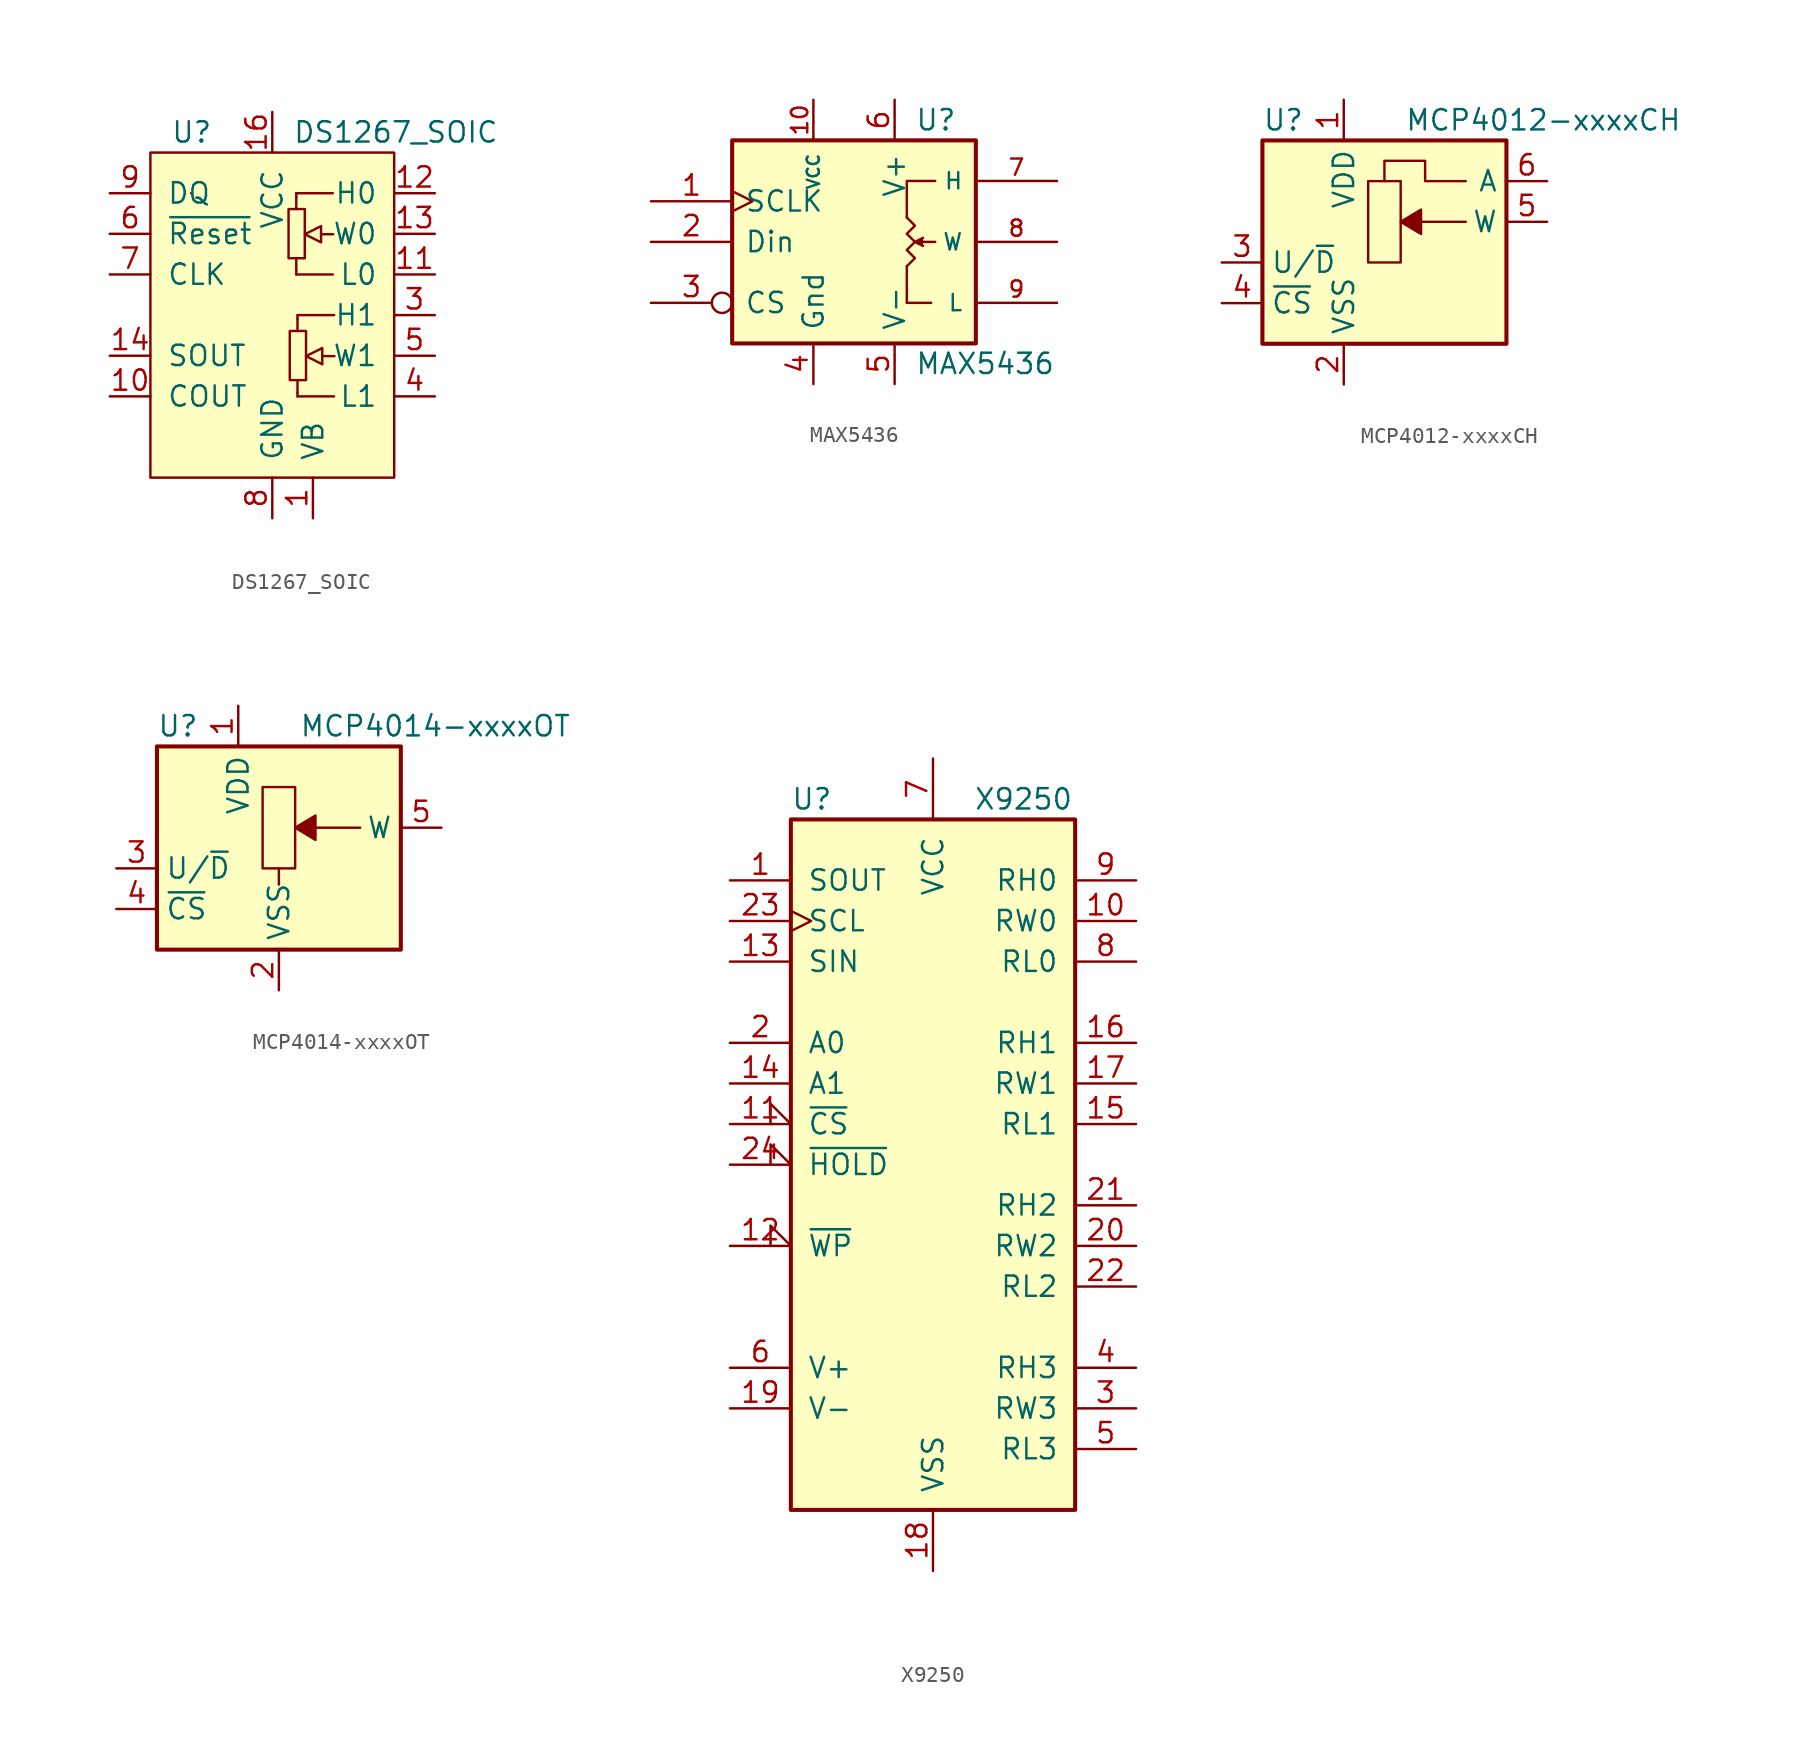
<source format=kicad_sym>
(kicad_symbol_lib
  (version 20201005)
  (generator kicad_symbol_editor)
  (symbol "Potentiometer_Digital:DS1267_SOIC"
    (pin_names
      (offset 1.016))
    (property "Reference" "U"
      (at -6.35 11.43 0)
      (effects (font (size 1.27 1.27)) (justify left)))
    (property "Value" "DS1267_SOIC"
      (at 1.27 11.43 0)
      (effects (font (size 1.27 1.27)) (justify left)))
    (symbol "DS1267_SOIC_0_1"
      (rectangle (start -7.62 10.16) (end 7.62 -10.16) (stroke (width 0)) (fill (type background)))
      (rectangle (start -5.08 7.62) (end -5.08 7.62) (stroke (width 0)) (fill (type none)))
      (rectangle (start 2.032 6.629) (end 1.016 3.556) (stroke (width 0)) (fill (type none)))
      (rectangle (start 2.108 -0.991) (end 1.092 -4.064) (stroke (width 0)) (fill (type none)))
      (polyline (pts (xy 1.499 2.769) (xy 1.499 3.556)) (stroke (width 0)) (fill (type none)))
      (polyline (pts (xy 1.499 6.629) (xy 1.499 7.391)) (stroke (width 0)) (fill (type none)))
      (polyline (pts (xy 1.575 -4.851) (xy 1.575 -4.064)) (stroke (width 0)) (fill (type none)))
      (polyline (pts (xy 1.575 -0.991) (xy 1.575 -0.229)) (stroke (width 0)) (fill (type none)))
      (polyline (pts (xy 3.048 5.055) (xy 3.81 5.055)) (stroke (width 0)) (fill (type none)))
      (polyline (pts (xy 3.124 -2.565) (xy 3.886 -2.565)) (stroke (width 0)) (fill (type none)))
      (polyline (pts (xy 1.499 2.54) (xy 1.499 2.794) (xy 1.499 2.794)) (stroke (width 0)) (fill (type background)))
      (polyline (pts (xy 1.499 2.54) (xy 3.785 2.54) (xy 3.785 2.54)) (stroke (width 0)) (fill (type background)))
      (polyline (pts (xy 1.499 7.62) (xy 1.499 7.366) (xy 1.499 7.366)) (stroke (width 0)) (fill (type none)))
      (polyline (pts (xy 1.499 7.62) (xy 3.785 7.62) (xy 3.785 7.62)) (stroke (width 0)) (fill (type background)))
      (polyline (pts (xy 1.575 -5.08) (xy 1.575 -4.826) (xy 1.575 -4.826)) (stroke (width 0)) (fill (type background)))
      (polyline (pts (xy 1.575 -5.08) (xy 3.861 -5.08) (xy 3.861 -5.08)) (stroke (width 0)) (fill (type background)))
      (polyline (pts (xy 1.575 0) (xy 1.575 -0.254) (xy 1.575 -0.254)) (stroke (width 0)) (fill (type none)))
      (polyline (pts (xy 1.575 0) (xy 3.861 0) (xy 3.861 0)) (stroke (width 0)) (fill (type background)))
      (polyline (pts (xy 3.048 5.563) (xy 3.048 4.547) (xy 2.032 5.055) (xy 3.048 5.563) (xy 3.048 5.563)) (stroke (width 0)) (fill (type background)))
      (polyline (pts (xy 3.124 -2.057) (xy 3.124 -3.073) (xy 2.108 -2.565) (xy 3.124 -2.057) (xy 3.124 -2.057)) (stroke (width 0)) (fill (type background))))
    (symbol "DS1267_SOIC_1_1"
      (pin power_in line (at 2.54 -12.7 90) (length 2.54) (name "VB" (effects (font (size 1.27 1.27)))) (number "1" (effects (font (size 1.27 1.27)))))
      (pin output line (at -10.16 -5.08 0) (length 2.54) (name "COUT" (effects (font (size 1.27 1.27)))) (number "10" (effects (font (size 1.27 1.27)))))
      (pin passive line (at 10.16 2.54 180) (length 2.54) (name "L0" (effects (font (size 1.27 1.27)))) (number "11" (effects (font (size 1.27 1.27)))))
      (pin passive line (at 10.16 7.62 180) (length 2.54) (name "H0" (effects (font (size 1.27 1.27)))) (number "12" (effects (font (size 1.27 1.27)))))
      (pin passive line (at 10.16 5.08 180) (length 2.54) (name "W0" (effects (font (size 1.27 1.27)))) (number "13" (effects (font (size 1.27 1.27)))))
      (pin output line (at -10.16 -2.54 0) (length 2.54) (name "SOUT" (effects (font (size 1.27 1.27)))) (number "14" (effects (font (size 1.27 1.27)))))
      (pin power_in line (at 0 12.7 270) (length 2.54) (name "VCC" (effects (font (size 1.27 1.27)))) (number "16" (effects (font (size 1.27 1.27)))))
      (pin passive line (at 10.16 0 180) (length 2.54) (name "H1" (effects (font (size 1.27 1.27)))) (number "3" (effects (font (size 1.27 1.27)))))
      (pin passive line (at 10.16 -5.08 180) (length 2.54) (name "L1" (effects (font (size 1.27 1.27)))) (number "4" (effects (font (size 1.27 1.27)))))
      (pin passive line (at 10.16 -2.54 180) (length 2.54) (name "W1" (effects (font (size 1.27 1.27)))) (number "5" (effects (font (size 1.27 1.27)))))
      (pin input line (at -10.16 5.08 0) (length 2.54) (name "~Reset" (effects (font (size 1.27 1.27)))) (number "6" (effects (font (size 1.27 1.27)))))
      (pin input line (at -10.16 2.54 0) (length 2.54) (name "CLK" (effects (font (size 1.27 1.27)))) (number "7" (effects (font (size 1.27 1.27)))))
      (pin power_in line (at 0 -12.7 90) (length 2.54) (name "GND" (effects (font (size 1.27 1.27)))) (number "8" (effects (font (size 1.27 1.27)))))
      (pin input line (at -10.16 7.62 0) (length 2.54) (name "DQ" (effects (font (size 1.27 1.27)))) (number "9" (effects (font (size 1.27 1.27)))))))
  (symbol "Potentiometer_Digital:MAX5436"
    (pin_names
      (offset 0.762))
    (property "Reference" "U"
      (at 3.81 7.62 0)
      (effects (font (size 1.27 1.27)) (justify left)))
    (property "Value" "MAX5436"
      (at 3.81 -7.62 0)
      (effects (font (size 1.27 1.27)) (justify left)))
    (symbol "MAX5436_0_1"
      (rectangle (start -7.62 6.35) (end 7.62 -6.35) (stroke (width 0.254)) (fill (type background)))
      (polyline (pts (xy 3.302 -1.524) (xy 3.302 -3.81)) (stroke (width 0)) (fill (type none)))
      (polyline (pts (xy 4.826 -3.81) (xy 3.302 -3.81)) (stroke (width 0)) (fill (type none)))
      (polyline (pts (xy 5.08 0) (xy 4.318 0)) (stroke (width 0)) (fill (type none)))
      (polyline (pts (xy 3.302 1.524) (xy 3.302 3.81) (xy 5.08 3.81)) (stroke (width 0)) (fill (type none)))
      (polyline (pts (xy 4.318 -0.254) (xy 3.81 0) (xy 4.318 0.254)) (stroke (width 0)) (fill (type outline)))
      (polyline (pts (xy 3.81 0) (xy 3.302 0.508) (xy 3.81 1.016) (xy 3.302 1.524)) (stroke (width 0)) (fill (type none)))
      (polyline (pts (xy 3.81 0) (xy 3.302 -0.508) (xy 3.81 -1.016) (xy 3.302 -1.524) (xy 3.302 -1.524)) (stroke (width 0)) (fill (type none))))
    (symbol "MAX5436_1_1"
      (pin input clock (at -12.7 2.54 0) (length 5.08) (name "SCLK" (effects (font (size 1.27 1.27)))) (number "1" (effects (font (size 1.27 1.27)))))
      (pin power_in line (at -2.54 8.89 270) (length 2.54) (name "VCC" (effects (font (size 0.762 0.762)))) (number "10" (effects (font (size 1.016 1.016)))))
      (pin input line (at -12.7 0 0) (length 5.08) (name "Din" (effects (font (size 1.27 1.27)))) (number "2" (effects (font (size 1.27 1.27)))))
      (pin input inverted (at -12.7 -3.81 0) (length 5.08) (name "CS" (effects (font (size 1.27 1.27)))) (number "3" (effects (font (size 1.27 1.27)))))
      (pin power_in line (at -2.54 -8.89 90) (length 2.54) (name "Gnd" (effects (font (size 1.27 1.27)))) (number "4" (effects (font (size 1.27 1.27)))))
      (pin power_in line (at 2.54 -8.89 90) (length 2.54) (name "V-" (effects (font (size 1.27 1.27)))) (number "5" (effects (font (size 1.27 1.27)))))
      (pin power_in line (at 2.54 8.89 270) (length 2.54) (name "V+" (effects (font (size 1.27 1.27)))) (number "6" (effects (font (size 1.27 1.27)))))
      (pin passive line (at 12.7 3.81 180) (length 5.08) (name "H" (effects (font (size 1.016 1.016)))) (number "7" (effects (font (size 1.016 1.016)))))
      (pin passive line (at 12.7 0 180) (length 5.08) (name "W" (effects (font (size 1.016 1.016)))) (number "8" (effects (font (size 1.016 1.016)))))
      (pin passive line (at 12.7 -3.81 180) (length 5.08) (name "L" (effects (font (size 1.016 1.016)))) (number "9" (effects (font (size 1.016 1.016)))))))
  (symbol "Potentiometer_Digital:MCP4012-xxxxCH"
    (property "Reference" "U"
      (at -7.62 8.89 0)
      (effects (font (size 1.27 1.27)) (justify left)))
    (property "Value" "MCP4012-xxxxCH"
      (at 1.27 8.89 0)
      (effects (font (size 1.27 1.27)) (justify left)))
    (symbol "MCP4012-xxxxCH_0_1"
      (rectangle (start 1.016 0) (end -1.016 5.08) (stroke (width 0)) (fill (type none)))
      (polyline (pts (xy 5.08 2.54) (xy 3.81 2.54) (xy 1.27 2.54)) (stroke (width 0)) (fill (type none)))
      (polyline (pts (xy 2.286 1.778) (xy 2.286 3.302) (xy 1.016 2.54) (xy 2.286 1.778)) (stroke (width 0)) (fill (type outline)))
      (polyline (pts (xy 5.08 5.08) (xy 2.54 5.08) (xy 2.54 6.35) (xy 0 6.35) (xy 0 5.08)) (stroke (width 0)) (fill (type none))))
    (symbol "MCP4012-xxxxCH_1_1"
      (rectangle (start -7.62 7.62) (end 7.62 -5.08) (stroke (width 0.254)) (fill (type background)))
      (pin power_in line (at -2.54 10.16 270) (length 2.54) (name "VDD" (effects (font (size 1.27 1.27)))) (number "1" (effects (font (size 1.27 1.27)))))
      (pin power_in line (at -2.54 -7.62 90) (length 2.54) (name "VSS" (effects (font (size 1.27 1.27)))) (number "2" (effects (font (size 1.27 1.27)))))
      (pin input line (at -10.16 0 0) (length 2.54) (name "U/~D" (effects (font (size 1.27 1.27)))) (number "3" (effects (font (size 1.27 1.27)))))
      (pin input line (at -10.16 -2.54 0) (length 2.54) (name "~CS" (effects (font (size 1.27 1.27)))) (number "4" (effects (font (size 1.27 1.27)))))
      (pin passive line (at 10.16 2.54 180) (length 2.54) (name "W" (effects (font (size 1.27 1.27)))) (number "5" (effects (font (size 1.27 1.27)))))
      (pin passive line (at 10.16 5.08 180) (length 2.54) (name "A" (effects (font (size 1.27 1.27)))) (number "6" (effects (font (size 1.27 1.27)))))))
  (symbol "Potentiometer_Digital:MCP4014-xxxxOT"
    (property "Reference" "U"
      (at -7.62 8.89 0)
      (effects (font (size 1.27 1.27)) (justify left)))
    (property "Value" "MCP4014-xxxxOT"
      (at 1.27 8.89 0)
      (effects (font (size 1.27 1.27)) (justify left)))
    (symbol "MCP4014-xxxxOT_1_1"
      (rectangle (start -7.62 7.62) (end 7.62 -5.08) (stroke (width 0.254)) (fill (type background)))
      (rectangle (start 1.016 0) (end -1.016 5.08) (stroke (width 0)) (fill (type none)))
      (polyline (pts (xy 0 0) (xy 0 -1.016)) (stroke (width 0)) (fill (type none)))
      (polyline (pts (xy 5.08 2.54) (xy 2.286 2.54)) (stroke (width 0)) (fill (type none)))
      (polyline (pts (xy 2.286 1.778) (xy 2.286 3.302) (xy 1.016 2.54) (xy 2.286 1.778)) (stroke (width 0)) (fill (type outline)))
      (pin power_in line (at -2.54 10.16 270) (length 2.54) (name "VDD" (effects (font (size 1.27 1.27)))) (number "1" (effects (font (size 1.27 1.27)))))
      (pin power_in line (at 0 -7.62 90) (length 2.54) (name "VSS" (effects (font (size 1.27 1.27)))) (number "2" (effects (font (size 1.27 1.27)))))
      (pin input line (at -10.16 0 0) (length 2.54) (name "U/~D" (effects (font (size 1.27 1.27)))) (number "3" (effects (font (size 1.27 1.27)))))
      (pin input line (at -10.16 -2.54 0) (length 2.54) (name "~CS" (effects (font (size 1.27 1.27)))) (number "4" (effects (font (size 1.27 1.27)))))
      (pin passive line (at 10.16 2.54 180) (length 2.54) (name "W" (effects (font (size 1.27 1.27)))) (number "5" (effects (font (size 1.27 1.27)))))))
  (symbol "Potentiometer_Digital:X9250"
    (pin_names
      (offset 1.016))
    (property "Reference" "U"
      (at -8.89 22.86 0)
      (effects (font (size 1.27 1.27)) (justify left)))
    (property "Value" "X9250"
      (at 2.54 22.86 0)
      (effects (font (size 1.27 1.27)) (justify left)))
    (symbol "X9250_0_0"
      (pin input input_low (at -12.7 2.54 0) (length 3.81) (name "~CS" (effects (font (size 1.27 1.27)))) (number "11" (effects (font (size 1.27 1.27)))))
      (pin input line (at -12.7 12.7 0) (length 3.81) (name "SIN" (effects (font (size 1.27 1.27)))) (number "13" (effects (font (size 1.27 1.27)))))
      (pin input line (at -12.7 5.08 0) (length 3.81) (name "A1" (effects (font (size 1.27 1.27)))) (number "14" (effects (font (size 1.27 1.27)))))
      (pin power_in line (at 0 -25.4 90) (length 3.81) (name "VSS" (effects (font (size 1.27 1.27)))) (number "18" (effects (font (size 1.27 1.27)))))
      (pin passive line (at -12.7 -15.24 0) (length 3.81) (name "V-" (effects (font (size 1.27 1.27)))) (number "19" (effects (font (size 1.27 1.27)))))
      (pin input line (at -12.7 7.62 0) (length 3.81) (name "A0" (effects (font (size 1.27 1.27)))) (number "2" (effects (font (size 1.27 1.27)))))
      (pin input clock (at -12.7 15.24 0) (length 3.81) (name "SCL" (effects (font (size 1.27 1.27)))) (number "23" (effects (font (size 1.27 1.27)))))
      (pin input input_low (at -12.7 0 0) (length 3.81) (name "~HOLD" (effects (font (size 1.27 1.27)))) (number "24" (effects (font (size 1.27 1.27)))))
      (pin passive line (at -12.7 -12.7 0) (length 3.81) (name "V+" (effects (font (size 1.27 1.27)))) (number "6" (effects (font (size 1.27 1.27)))))
      (pin power_in line (at 0 25.4 270) (length 3.81) (name "VCC" (effects (font (size 1.27 1.27)))) (number "7" (effects (font (size 1.27 1.27))))))
    (symbol "X9250_0_1"
      (rectangle (start -8.89 21.59) (end 8.89 -21.59) (stroke (width 0.254)) (fill (type background))))
    (symbol "X9250_1_1"
      (pin output line (at -12.7 17.78 0) (length 3.81) (name "SOUT" (effects (font (size 1.27 1.27)))) (number "1" (effects (font (size 1.27 1.27)))))
      (pin passive line (at 12.7 15.24 180) (length 3.81) (name "RW0" (effects (font (size 1.27 1.27)))) (number "10" (effects (font (size 1.27 1.27)))))
      (pin input input_low (at -12.7 -5.08 0) (length 3.81) (name "~WP" (effects (font (size 1.27 1.27)))) (number "12" (effects (font (size 1.27 1.27)))))
      (pin passive line (at 12.7 2.54 180) (length 3.81) (name "RL1" (effects (font (size 1.27 1.27)))) (number "15" (effects (font (size 1.27 1.27)))))
      (pin passive line (at 12.7 7.62 180) (length 3.81) (name "RH1" (effects (font (size 1.27 1.27)))) (number "16" (effects (font (size 1.27 1.27)))))
      (pin passive line (at 12.7 5.08 180) (length 3.81) (name "RW1" (effects (font (size 1.27 1.27)))) (number "17" (effects (font (size 1.27 1.27)))))
      (pin passive line (at 12.7 -5.08 180) (length 3.81) (name "RW2" (effects (font (size 1.27 1.27)))) (number "20" (effects (font (size 1.27 1.27)))))
      (pin passive line (at 12.7 -2.54 180) (length 3.81) (name "RH2" (effects (font (size 1.27 1.27)))) (number "21" (effects (font (size 1.27 1.27)))))
      (pin passive line (at 12.7 -7.62 180) (length 3.81) (name "RL2" (effects (font (size 1.27 1.27)))) (number "22" (effects (font (size 1.27 1.27)))))
      (pin passive line (at 12.7 -15.24 180) (length 3.81) (name "RW3" (effects (font (size 1.27 1.27)))) (number "3" (effects (font (size 1.27 1.27)))))
      (pin passive line (at 12.7 -12.7 180) (length 3.81) (name "RH3" (effects (font (size 1.27 1.27)))) (number "4" (effects (font (size 1.27 1.27)))))
      (pin passive line (at 12.7 -17.78 180) (length 3.81) (name "RL3" (effects (font (size 1.27 1.27)))) (number "5" (effects (font (size 1.27 1.27)))))
      (pin passive line (at 12.7 12.7 180) (length 3.81) (name "RL0" (effects (font (size 1.27 1.27)))) (number "8" (effects (font (size 1.27 1.27)))))
      (pin passive line (at 12.7 17.78 180) (length 3.81) (name "RH0" (effects (font (size 1.27 1.27)))) (number "9" (effects (font (size 1.27 1.27))))))))
</source>
